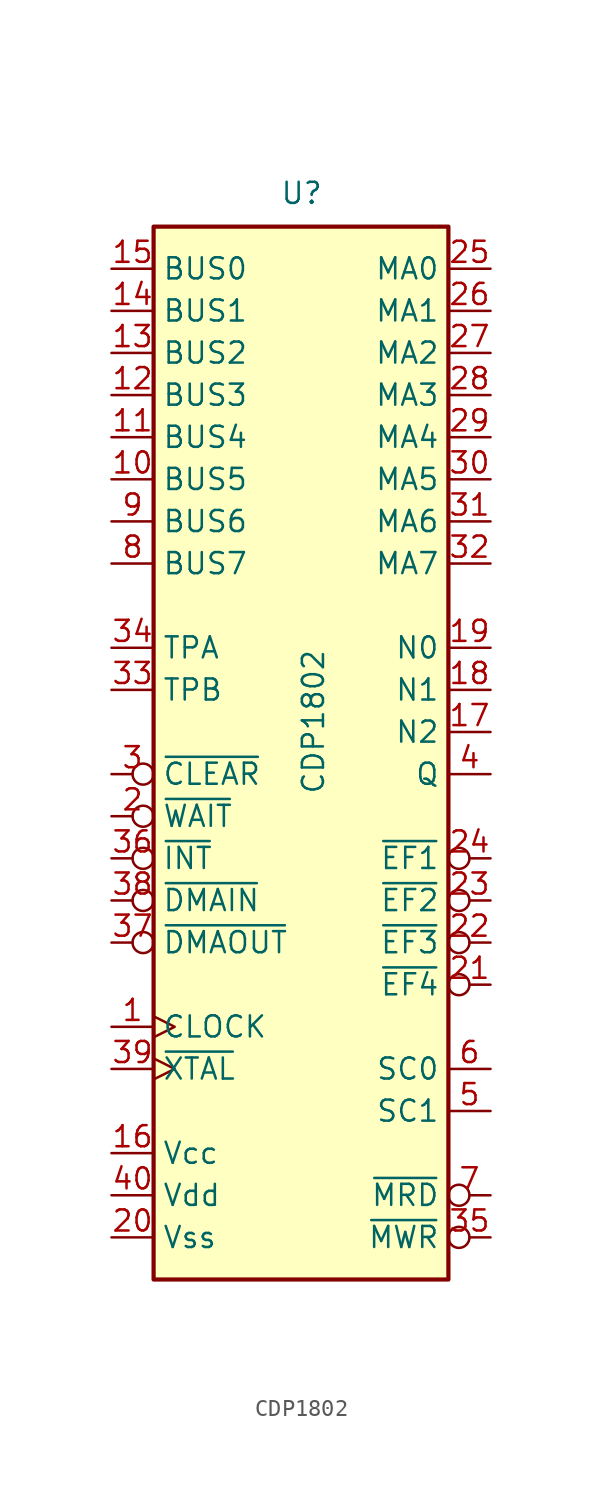
<source format=kicad_sym>
(kicad_symbol_lib
  (version 20220914)
  (generator kicad_symbol_editor)
  (symbol "CDP1802"
    (property "Reference" "U"
      (at -1.27 31.75 0)
      (effects (font (size 1.27 1.27)) (justify left bottom)))
    (property "Value" "CDP1802"
      (at 0 -3.81 90)
      (effects (font (size 1.27 1.27)) (justify left top)))
    (symbol "CDP1802_0_0"
      (pin input clock (at -11.43 -17.78 0) (length 2.54) (name "CLOCK" (effects (font (size 1.27 1.27)))) (number "1" (effects (font (size 1.27 1.27)))))
      (pin input inverted (at -11.43 -2.54 0) (length 2.54) (name "~{CLEAR}" (effects (font (size 1.27 1.27)))) (number "3" (effects (font (size 1.27 1.27)))))
      (pin output inverted (at 11.43 -30.48 180) (length 2.54) (name "~{MWR}" (effects (font (size 1.27 1.27)))) (number "35" (effects (font (size 1.27 1.27))))))
    (symbol "CDP1802_0_1"
      (rectangle (start -8.89 -33.02) (end 8.89 30.48) (stroke (width 0.254) (type default)) (fill (type background))))
    (symbol "CDP1802_1_1"
      (pin bidirectional line (at -11.43 15.24 0) (length 2.54) (name "BUS5" (effects (font (size 1.27 1.27)))) (number "10" (effects (font (size 1.27 1.27)))))
      (pin bidirectional line (at -11.43 17.78 0) (length 2.54) (name "BUS4" (effects (font (size 1.27 1.27)))) (number "11" (effects (font (size 1.27 1.27)))))
      (pin bidirectional line (at -11.43 20.32 0) (length 2.54) (name "BUS3" (effects (font (size 1.27 1.27)))) (number "12" (effects (font (size 1.27 1.27)))))
      (pin bidirectional line (at -11.43 22.86 0) (length 2.54) (name "BUS2" (effects (font (size 1.27 1.27)))) (number "13" (effects (font (size 1.27 1.27)))))
      (pin bidirectional line (at -11.43 25.4 0) (length 2.54) (name "BUS1" (effects (font (size 1.27 1.27)))) (number "14" (effects (font (size 1.27 1.27)))))
      (pin bidirectional line (at -11.43 27.94 0) (length 2.54) (name "BUS0" (effects (font (size 1.27 1.27)))) (number "15" (effects (font (size 1.27 1.27)))))
      (pin power_in line (at -11.43 -25.4 0) (length 2.54) (name "Vcc" (effects (font (size 1.27 1.27)))) (number "16" (effects (font (size 1.27 1.27)))))
      (pin output line (at 11.43 0 180) (length 2.54) (name "N2" (effects (font (size 1.27 1.27)))) (number "17" (effects (font (size 1.27 1.27)))))
      (pin output line (at 11.43 2.54 180) (length 2.54) (name "N1" (effects (font (size 1.27 1.27)))) (number "18" (effects (font (size 1.27 1.27)))))
      (pin output line (at 11.43 5.08 180) (length 2.54) (name "N0" (effects (font (size 1.27 1.27)))) (number "19" (effects (font (size 1.27 1.27)))))
      (pin input inverted (at -11.43 -5.08 0) (length 2.54) (name "~{WAIT}" (effects (font (size 1.27 1.27)))) (number "2" (effects (font (size 1.27 1.27)))))
      (pin power_in line (at -11.43 -30.48 0) (length 2.54) (name "Vss" (effects (font (size 1.27 1.27)))) (number "20" (effects (font (size 1.27 1.27)))))
      (pin input inverted (at 11.43 -15.24 180) (length 2.54) (name "~{EF4}" (effects (font (size 1.27 1.27)))) (number "21" (effects (font (size 1.27 1.27)))))
      (pin input inverted (at 11.43 -12.7 180) (length 2.54) (name "~{EF3}" (effects (font (size 1.27 1.27)))) (number "22" (effects (font (size 1.27 1.27)))))
      (pin input inverted (at 11.43 -10.16 180) (length 2.54) (name "~{EF2}" (effects (font (size 1.27 1.27)))) (number "23" (effects (font (size 1.27 1.27)))))
      (pin input inverted (at 11.43 -7.62 180) (length 2.54) (name "~{EF1}" (effects (font (size 1.27 1.27)))) (number "24" (effects (font (size 1.27 1.27)))))
      (pin output line (at 11.43 27.94 180) (length 2.54) (name "MA0" (effects (font (size 1.27 1.27)))) (number "25" (effects (font (size 1.27 1.27)))))
      (pin output line (at 11.43 25.4 180) (length 2.54) (name "MA1" (effects (font (size 1.27 1.27)))) (number "26" (effects (font (size 1.27 1.27)))))
      (pin output line (at 11.43 22.86 180) (length 2.54) (name "MA2" (effects (font (size 1.27 1.27)))) (number "27" (effects (font (size 1.27 1.27)))))
      (pin output line (at 11.43 20.32 180) (length 2.54) (name "MA3" (effects (font (size 1.27 1.27)))) (number "28" (effects (font (size 1.27 1.27)))))
      (pin output line (at 11.43 17.78 180) (length 2.54) (name "MA4" (effects (font (size 1.27 1.27)))) (number "29" (effects (font (size 1.27 1.27)))))
      (pin output line (at 11.43 15.24 180) (length 2.54) (name "MA5" (effects (font (size 1.27 1.27)))) (number "30" (effects (font (size 1.27 1.27)))))
      (pin output line (at 11.43 12.7 180) (length 2.54) (name "MA6" (effects (font (size 1.27 1.27)))) (number "31" (effects (font (size 1.27 1.27)))))
      (pin output line (at 11.43 10.16 180) (length 2.54) (name "MA7" (effects (font (size 1.27 1.27)))) (number "32" (effects (font (size 1.27 1.27)))))
      (pin output line (at -11.43 2.54 0) (length 2.54) (name "TPB" (effects (font (size 1.27 1.27)))) (number "33" (effects (font (size 1.27 1.27)))))
      (pin output line (at -11.43 5.08 0) (length 2.54) (name "TPA" (effects (font (size 1.27 1.27)))) (number "34" (effects (font (size 1.27 1.27)))))
      (pin input inverted (at -11.43 -7.62 0) (length 2.54) (name "~{INT}" (effects (font (size 1.27 1.27)))) (number "36" (effects (font (size 1.27 1.27)))))
      (pin input inverted (at -11.43 -12.7 0) (length 2.54) (name "~{DMAOUT}" (effects (font (size 1.27 1.27)))) (number "37" (effects (font (size 1.27 1.27)))))
      (pin input inverted (at -11.43 -10.16 0) (length 2.54) (name "~{DMAIN}" (effects (font (size 1.27 1.27)))) (number "38" (effects (font (size 1.27 1.27)))))
      (pin output clock (at -11.43 -20.32 0) (length 2.54) (name "~{XTAL}" (effects (font (size 1.27 1.27)))) (number "39" (effects (font (size 1.27 1.27)))))
      (pin output line (at 11.43 -2.54 180) (length 2.54) (name "Q" (effects (font (size 1.27 1.27)))) (number "4" (effects (font (size 1.27 1.27)))))
      (pin power_in line (at -11.43 -27.94 0) (length 2.54) (name "Vdd" (effects (font (size 1.27 1.27)))) (number "40" (effects (font (size 1.27 1.27)))))
      (pin output line (at 11.43 -22.86 180) (length 2.54) (name "SC1" (effects (font (size 1.27 1.27)))) (number "5" (effects (font (size 1.27 1.27)))))
      (pin output line (at 11.43 -20.32 180) (length 2.54) (name "SC0" (effects (font (size 1.27 1.27)))) (number "6" (effects (font (size 1.27 1.27)))))
      (pin output inverted (at 11.43 -27.94 180) (length 2.54) (name "~{MRD}" (effects (font (size 1.27 1.27)))) (number "7" (effects (font (size 1.27 1.27)))))
      (pin bidirectional line (at -11.43 10.16 0) (length 2.54) (name "BUS7" (effects (font (size 1.27 1.27)))) (number "8" (effects (font (size 1.27 1.27)))))
      (pin bidirectional line (at -11.43 12.7 0) (length 2.54) (name "BUS6" (effects (font (size 1.27 1.27)))) (number "9" (effects (font (size 1.27 1.27))))))))
</source>
